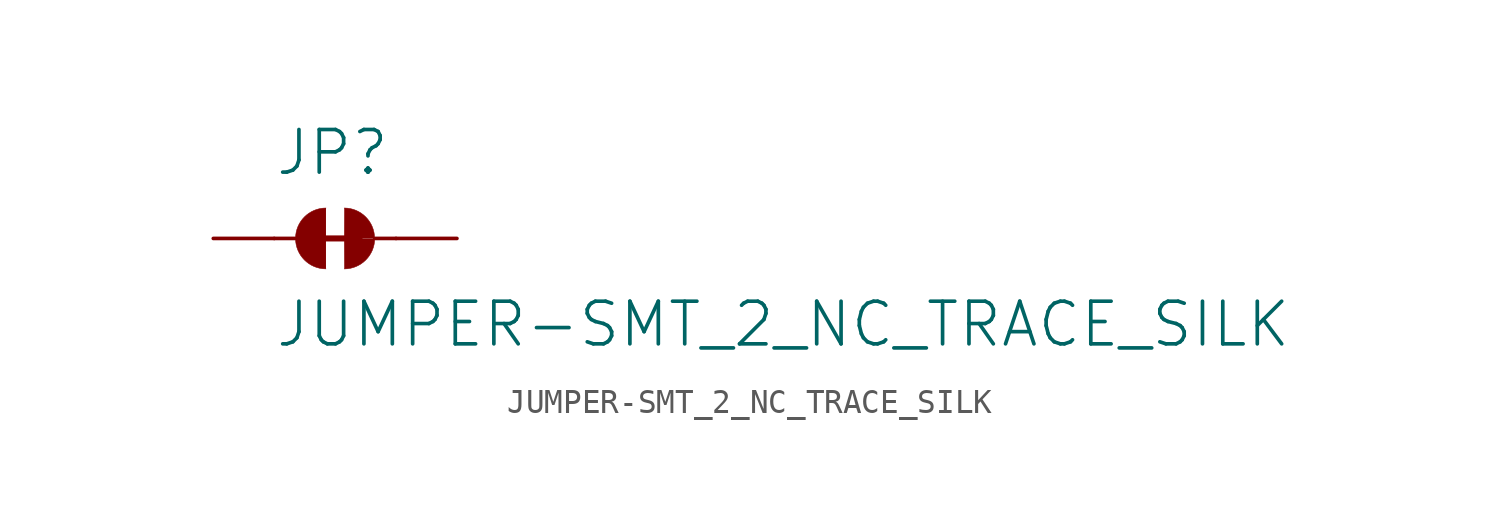
<source format=kicad_sym>
(kicad_symbol_lib
  (version 20220331)
  (generator kicad_symbol_editor)
  (symbol "JUMPER-SMT_2_NC_TRACE_SILK"
    (property "Reference" "JP"
      (at -2.54 2.54 0)
      (effects (font (size 1.778 1.778)) (justify left bottom)))
    (property "Value" "JUMPER-SMT_2_NC_TRACE_SILK"
      (at -2.54 -2.54 0)
      (effects (font (size 1.778 1.778)) (justify left top)))
    (property "ki_locked" ""
      (at 0 0 0)
      (effects (font (size 1.27 1.27))))
    (symbol "JUMPER-SMT_2_NC_TRACE_SILK_1_0"
      (arc (start -0.381 1.2699) (mid -1.6508 0) (end -0.381 -1.2699) (stroke (width 0.0001) (type solid)) (fill (type outline)))
      (polyline (pts (xy -2.54 0) (xy -1.651 0)) (stroke (width 0.152) (type solid)) (fill (type none)))
      (polyline (pts (xy -0.762 0) (xy 1.016 0)) (stroke (width 0.254) (type solid)) (fill (type none)))
      (polyline (pts (xy 2.54 0) (xy 1.651 0)) (stroke (width 0.152) (type solid)) (fill (type none)))
      (arc (start 0.381 -1.2698) (mid 1.279 -0.898) (end 1.6509 0) (stroke (width 0.0001) (type solid)) (fill (type outline)))
      (arc (start 1.651 0) (mid 1.2789 0.8979) (end 0.381 1.2699) (stroke (width 0.0001) (type solid)) (fill (type outline)))
      (pin passive line (at -5.08 0 0) (length 2.54) (name "1" (effects (font (size 0 0)))) (number "1" (effects (font (size 0 0)))))
      (pin passive line (at 5.08 0 180) (length 2.54) (name "2" (effects (font (size 0 0)))) (number "2" (effects (font (size 0 0))))))))
</source>
